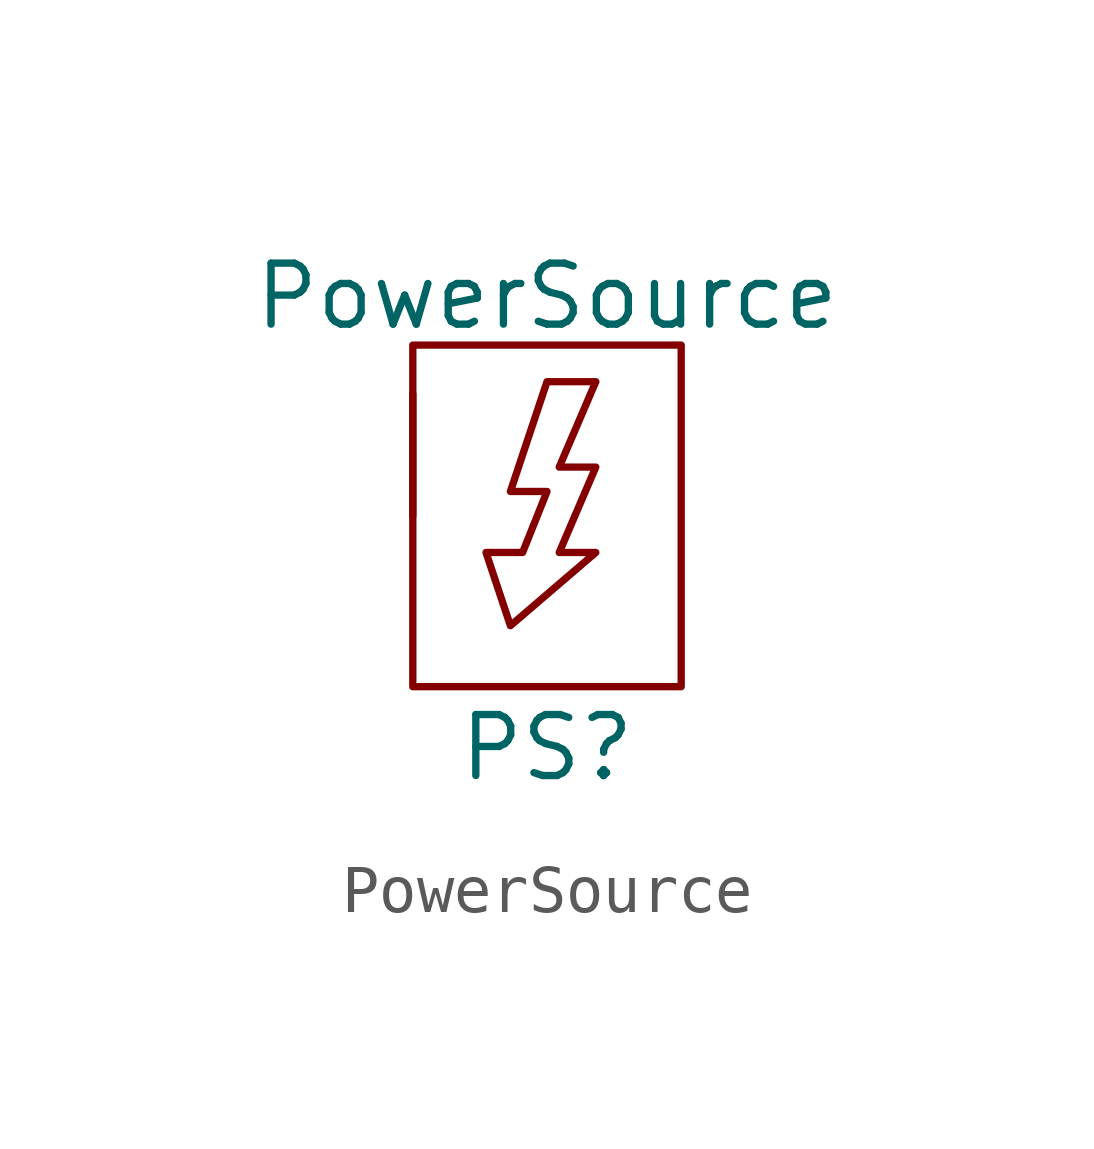
<source format=kicad_sym>
(kicad_symbol_lib
  (version 20211014)
  (generator kicad_symbol_editor)
  (symbol "PowerSource"
    (pin_names
      (offset 1.016))
    (property "Reference" "PS"
      (at 0 -4.826 0)
      (effects (font (size 1.27 1.27))))
    (property "Value" "PowerSource"
      (at 0 4.572 0)
      (effects (font (size 1.27 1.27))))
    (symbol "PowerSource_0_1"
      (polyline (pts (xy 1.016 2.794) (xy 0 2.794) (xy -0.762 0.508) (xy 0 0.508) (xy -0.508 -0.762) (xy -1.27 -0.762) (xy -0.762 -2.286) (xy 1.016 -0.762) (xy 0.254 -0.762) (xy 1.016 1.016) (xy 0.254 1.016) (xy 1.016 2.794)) (stroke (width 0) (type default) (color 0 0 0 0)) (fill (type none)))
      (rectangle (start 2.794 3.556) (end -2.794 -3.556) (stroke (width 0) (type default) (color 0 0 0 0)) (fill (type none))))
    (symbol "PowerSource_1_1"
      (pin input line (at -2.794 0 90) (length 2.54) (name "~" (effects (font (size 1.27 1.27)))) (number "~" (effects (font (size 1.27 1.27))))))))
</source>
